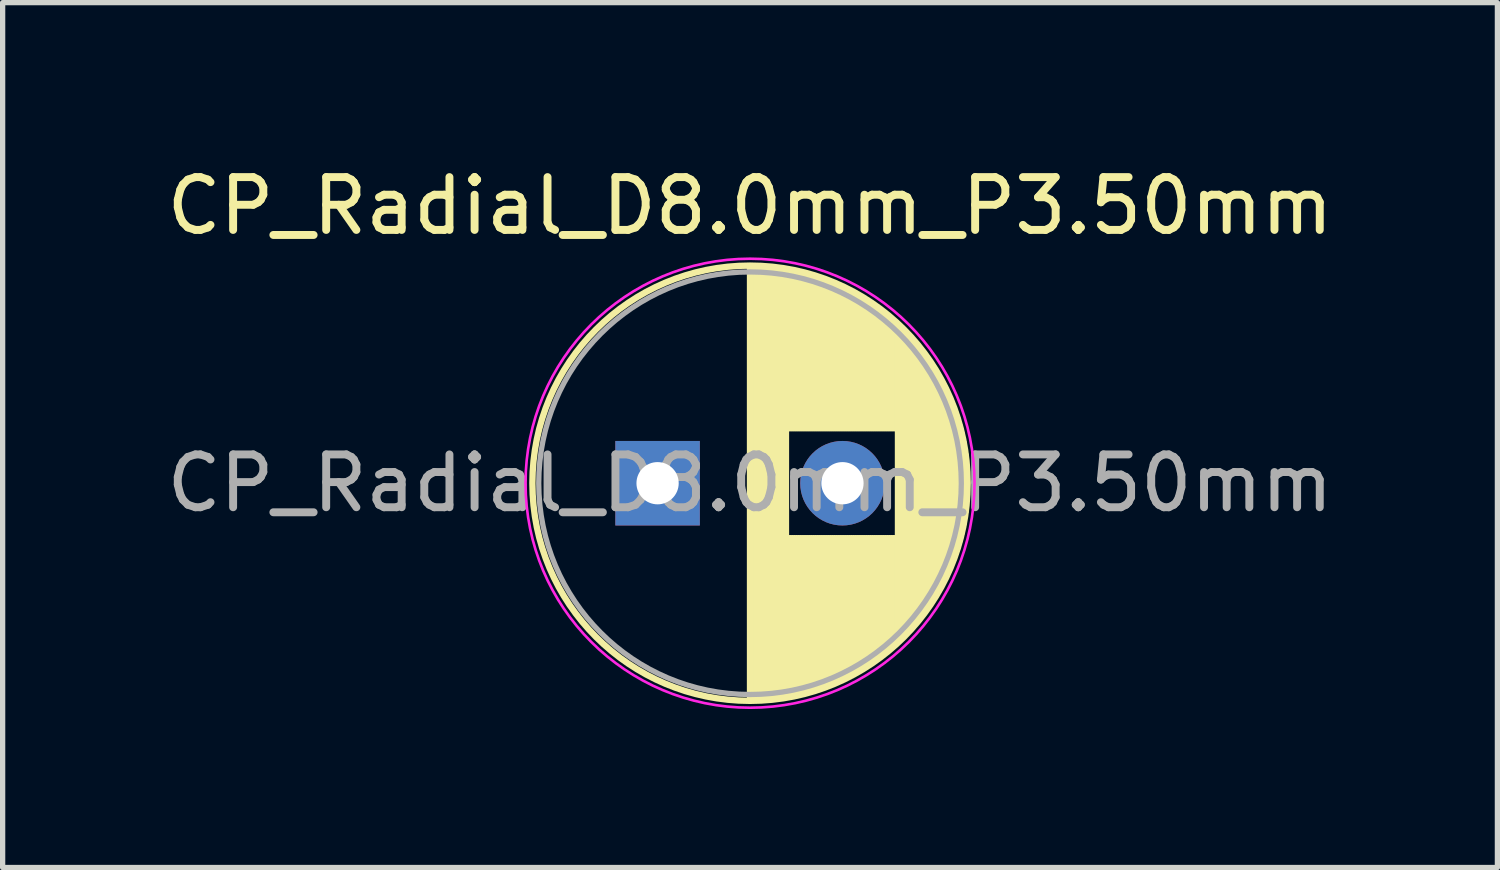
<source format=kicad_pcb>
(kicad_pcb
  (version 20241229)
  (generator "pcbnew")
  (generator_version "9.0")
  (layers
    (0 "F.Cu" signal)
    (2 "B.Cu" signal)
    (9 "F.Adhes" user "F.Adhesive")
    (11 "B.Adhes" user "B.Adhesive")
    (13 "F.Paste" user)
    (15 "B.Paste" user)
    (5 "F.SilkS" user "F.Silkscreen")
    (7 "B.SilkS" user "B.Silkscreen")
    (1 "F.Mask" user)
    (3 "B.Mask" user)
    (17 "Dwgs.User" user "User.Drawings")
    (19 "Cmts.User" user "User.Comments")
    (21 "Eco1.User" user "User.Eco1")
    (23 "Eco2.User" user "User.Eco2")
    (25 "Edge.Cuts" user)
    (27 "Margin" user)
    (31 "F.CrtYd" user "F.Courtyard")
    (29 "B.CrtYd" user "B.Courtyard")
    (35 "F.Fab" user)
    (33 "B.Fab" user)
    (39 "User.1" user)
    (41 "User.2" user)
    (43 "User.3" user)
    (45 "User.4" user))
  (footprint "CP_Radial_D8.0mm_P3.50mm"
    (layer "F.Cu")
    (at 9.399 6.098)
    (property "Reference" "CP_Radial_D8.0mm_P3.50mm" (at 1.75 -5.25 0) (layer "F.SilkS") (effects (font (size 1 1) (thickness 0.15))))
    (attr through_hole)
    (fp_line (start 1.75 -4.08) (end 1.75 4.08) (stroke (width 0.12) (type solid)) (layer "F.SilkS"))
    (fp_line (start 1.79 -4.08) (end 1.79 4.08) (stroke (width 0.12) (type solid)) (layer "F.SilkS"))
    (fp_line (start 1.83 -4.08) (end 1.83 4.08) (stroke (width 0.12) (type solid)) (layer "F.SilkS"))
    (fp_line (start 1.87 -4.079) (end 1.87 4.079) (stroke (width 0.12) (type solid)) (layer "F.SilkS"))
    (fp_line (start 1.91 -4.077) (end 1.91 4.077) (stroke (width 0.12) (type solid)) (layer "F.SilkS"))
    (fp_line (start 1.95 -4.076) (end 1.95 4.076) (stroke (width 0.12) (type solid)) (layer "F.SilkS"))
    (fp_line (start 1.99 -4.074) (end 1.99 4.074) (stroke (width 0.12) (type solid)) (layer "F.SilkS"))
    (fp_line (start 2.03 -4.071) (end 2.03 4.071) (stroke (width 0.12) (type solid)) (layer "F.SilkS"))
    (fp_line (start 2.07 -4.068) (end 2.07 4.068) (stroke (width 0.12) (type solid)) (layer "F.SilkS"))
    (fp_line (start 2.11 -4.065) (end 2.11 4.065) (stroke (width 0.12) (type solid)) (layer "F.SilkS"))
    (fp_line (start 2.15 -4.061) (end 2.15 4.061) (stroke (width 0.12) (type solid)) (layer "F.SilkS"))
    (fp_line (start 2.19 -4.057) (end 2.19 4.057) (stroke (width 0.12) (type solid)) (layer "F.SilkS"))
    (fp_line (start 2.23 -4.052) (end 2.23 4.052) (stroke (width 0.12) (type solid)) (layer "F.SilkS"))
    (fp_line (start 2.27 -4.048) (end 2.27 4.048) (stroke (width 0.12) (type solid)) (layer "F.SilkS"))
    (fp_line (start 2.31 -4.042) (end 2.31 4.042) (stroke (width 0.12) (type solid)) (layer "F.SilkS"))
    (fp_line (start 2.35 -4.037) (end 2.35 4.037) (stroke (width 0.12) (type solid)) (layer "F.SilkS"))
    (fp_line (start 2.39 -4.03) (end 2.39 4.03) (stroke (width 0.12) (type solid)) (layer "F.SilkS"))
    (fp_line (start 2.43 -4.024) (end 2.43 4.024) (stroke (width 0.12) (type solid)) (layer "F.SilkS"))
    (fp_line (start 2.471 -4.017) (end 2.471 -1.04) (stroke (width 0.12) (type solid)) (layer "F.SilkS"))
    (fp_line (start 2.471 1.04) (end 2.471 4.017) (stroke (width 0.12) (type solid)) (layer "F.SilkS"))
    (fp_line (start 2.511 -4.01) (end 2.511 -1.04) (stroke (width 0.12) (type solid)) (layer "F.SilkS"))
    (fp_line (start 2.511 1.04) (end 2.511 4.01) (stroke (width 0.12) (type solid)) (layer "F.SilkS"))
    (fp_line (start 2.551 -4.002) (end 2.551 -1.04) (stroke (width 0.12) (type solid)) (layer "F.SilkS"))
    (fp_line (start 2.551 1.04) (end 2.551 4.002) (stroke (width 0.12) (type solid)) (layer "F.SilkS"))
    (fp_line (start 2.591 -3.994) (end 2.591 -1.04) (stroke (width 0.12) (type solid)) (layer "F.SilkS"))
    (fp_line (start 2.591 1.04) (end 2.591 3.994) (stroke (width 0.12) (type solid)) (layer "F.SilkS"))
    (fp_line (start 2.631 -3.985) (end 2.631 -1.04) (stroke (width 0.12) (type solid)) (layer "F.SilkS"))
    (fp_line (start 2.631 1.04) (end 2.631 3.985) (stroke (width 0.12) (type solid)) (layer "F.SilkS"))
    (fp_line (start 2.671 -3.976) (end 2.671 -1.04) (stroke (width 0.12) (type solid)) (layer "F.SilkS"))
    (fp_line (start 2.671 1.04) (end 2.671 3.976) (stroke (width 0.12) (type solid)) (layer "F.SilkS"))
    (fp_line (start 2.711 -3.967) (end 2.711 -1.04) (stroke (width 0.12) (type solid)) (layer "F.SilkS"))
    (fp_line (start 2.711 1.04) (end 2.711 3.967) (stroke (width 0.12) (type solid)) (layer "F.SilkS"))
    (fp_line (start 2.751 -3.957) (end 2.751 -1.04) (stroke (width 0.12) (type solid)) (layer "F.SilkS"))
    (fp_line (start 2.751 1.04) (end 2.751 3.957) (stroke (width 0.12) (type solid)) (layer "F.SilkS"))
    (fp_line (start 2.791 -3.947) (end 2.791 -1.04) (stroke (width 0.12) (type solid)) (layer "F.SilkS"))
    (fp_line (start 2.791 1.04) (end 2.791 3.947) (stroke (width 0.12) (type solid)) (layer "F.SilkS"))
    (fp_line (start 2.831 -3.936) (end 2.831 -1.04) (stroke (width 0.12) (type solid)) (layer "F.SilkS"))
    (fp_line (start 2.831 1.04) (end 2.831 3.936) (stroke (width 0.12) (type solid)) (layer "F.SilkS"))
    (fp_line (start 2.871 -3.925) (end 2.871 -1.04) (stroke (width 0.12) (type solid)) (layer "F.SilkS"))
    (fp_line (start 2.871 1.04) (end 2.871 3.925) (stroke (width 0.12) (type solid)) (layer "F.SilkS"))
    (fp_line (start 2.911 -3.914) (end 2.911 -1.04) (stroke (width 0.12) (type solid)) (layer "F.SilkS"))
    (fp_line (start 2.911 1.04) (end 2.911 3.914) (stroke (width 0.12) (type solid)) (layer "F.SilkS"))
    (fp_line (start 2.951 -3.902) (end 2.951 -1.04) (stroke (width 0.12) (type solid)) (layer "F.SilkS"))
    (fp_line (start 2.951 1.04) (end 2.951 3.902) (stroke (width 0.12) (type solid)) (layer "F.SilkS"))
    (fp_line (start 2.991 -3.889) (end 2.991 -1.04) (stroke (width 0.12) (type solid)) (layer "F.SilkS"))
    (fp_line (start 2.991 1.04) (end 2.991 3.889) (stroke (width 0.12) (type solid)) (layer "F.SilkS"))
    (fp_line (start 3.031 -3.877) (end 3.031 -1.04) (stroke (width 0.12) (type solid)) (layer "F.SilkS"))
    (fp_line (start 3.031 1.04) (end 3.031 3.877) (stroke (width 0.12) (type solid)) (layer "F.SilkS"))
    (fp_line (start 3.071 -3.863) (end 3.071 -1.04) (stroke (width 0.12) (type solid)) (layer "F.SilkS"))
    (fp_line (start 3.071 1.04) (end 3.071 3.863) (stroke (width 0.12) (type solid)) (layer "F.SilkS"))
    (fp_line (start 3.111 -3.85) (end 3.111 -1.04) (stroke (width 0.12) (type solid)) (layer "F.SilkS"))
    (fp_line (start 3.111 1.04) (end 3.111 3.85) (stroke (width 0.12) (type solid)) (layer "F.SilkS"))
    (fp_line (start 3.151 -3.835) (end 3.151 -1.04) (stroke (width 0.12) (type solid)) (layer "F.SilkS"))
    (fp_line (start 3.151 1.04) (end 3.151 3.835) (stroke (width 0.12) (type solid)) (layer "F.SilkS"))
    (fp_line (start 3.191 -3.821) (end 3.191 -1.04) (stroke (width 0.12) (type solid)) (layer "F.SilkS"))
    (fp_line (start 3.191 1.04) (end 3.191 3.821) (stroke (width 0.12) (type solid)) (layer "F.SilkS"))
    (fp_line (start 3.231 -3.805) (end 3.231 -1.04) (stroke (width 0.12) (type solid)) (layer "F.SilkS"))
    (fp_line (start 3.231 1.04) (end 3.231 3.805) (stroke (width 0.12) (type solid)) (layer "F.SilkS"))
    (fp_line (start 3.271 -3.79) (end 3.271 -1.04) (stroke (width 0.12) (type solid)) (layer "F.SilkS"))
    (fp_line (start 3.271 1.04) (end 3.271 3.79) (stroke (width 0.12) (type solid)) (layer "F.SilkS"))
    (fp_line (start 3.311 -3.774) (end 3.311 -1.04) (stroke (width 0.12) (type solid)) (layer "F.SilkS"))
    (fp_line (start 3.311 1.04) (end 3.311 3.774) (stroke (width 0.12) (type solid)) (layer "F.SilkS"))
    (fp_line (start 3.351 -3.757) (end 3.351 -1.04) (stroke (width 0.12) (type solid)) (layer "F.SilkS"))
    (fp_line (start 3.351 1.04) (end 3.351 3.757) (stroke (width 0.12) (type solid)) (layer "F.SilkS"))
    (fp_line (start 3.391 -3.74) (end 3.391 -1.04) (stroke (width 0.12) (type solid)) (layer "F.SilkS"))
    (fp_line (start 3.391 1.04) (end 3.391 3.74) (stroke (width 0.12) (type solid)) (layer "F.SilkS"))
    (fp_line (start 3.431 -3.722) (end 3.431 -1.04) (stroke (width 0.12) (type solid)) (layer "F.SilkS"))
    (fp_line (start 3.431 1.04) (end 3.431 3.722) (stroke (width 0.12) (type solid)) (layer "F.SilkS"))
    (fp_line (start 3.471 -3.704) (end 3.471 -1.04) (stroke (width 0.12) (type solid)) (layer "F.SilkS"))
    (fp_line (start 3.471 1.04) (end 3.471 3.704) (stroke (width 0.12) (type solid)) (layer "F.SilkS"))
    (fp_line (start 3.511 -3.686) (end 3.511 -1.04) (stroke (width 0.12) (type solid)) (layer "F.SilkS"))
    (fp_line (start 3.511 1.04) (end 3.511 3.686) (stroke (width 0.12) (type solid)) (layer "F.SilkS"))
    (fp_line (start 3.551 -3.666) (end 3.551 -1.04) (stroke (width 0.12) (type solid)) (layer "F.SilkS"))
    (fp_line (start 3.551 1.04) (end 3.551 3.666) (stroke (width 0.12) (type solid)) (layer "F.SilkS"))
    (fp_line (start 3.591 -3.647) (end 3.591 -1.04) (stroke (width 0.12) (type solid)) (layer "F.SilkS"))
    (fp_line (start 3.591 1.04) (end 3.591 3.647) (stroke (width 0.12) (type solid)) (layer "F.SilkS"))
    (fp_line (start 3.631 -3.627) (end 3.631 -1.04) (stroke (width 0.12) (type solid)) (layer "F.SilkS"))
    (fp_line (start 3.631 1.04) (end 3.631 3.627) (stroke (width 0.12) (type solid)) (layer "F.SilkS"))
    (fp_line (start 3.671 -3.606) (end 3.671 -1.04) (stroke (width 0.12) (type solid)) (layer "F.SilkS"))
    (fp_line (start 3.671 1.04) (end 3.671 3.606) (stroke (width 0.12) (type solid)) (layer "F.SilkS"))
    (fp_line (start 3.711 -3.584) (end 3.711 -1.04) (stroke (width 0.12) (type solid)) (layer "F.SilkS"))
    (fp_line (start 3.711 1.04) (end 3.711 3.584) (stroke (width 0.12) (type solid)) (layer "F.SilkS"))
    (fp_line (start 3.751 -3.562) (end 3.751 -1.04) (stroke (width 0.12) (type solid)) (layer "F.SilkS"))
    (fp_line (start 3.751 1.04) (end 3.751 3.562) (stroke (width 0.12) (type solid)) (layer "F.SilkS"))
    (fp_line (start 3.791 -3.54) (end 3.791 -1.04) (stroke (width 0.12) (type solid)) (layer "F.SilkS"))
    (fp_line (start 3.791 1.04) (end 3.791 3.54) (stroke (width 0.12) (type solid)) (layer "F.SilkS"))
    (fp_line (start 3.831 -3.517) (end 3.831 -1.04) (stroke (width 0.12) (type solid)) (layer "F.SilkS"))
    (fp_line (start 3.831 1.04) (end 3.831 3.517) (stroke (width 0.12) (type solid)) (layer "F.SilkS"))
    (fp_line (start 3.871 -3.493) (end 3.871 -1.04) (stroke (width 0.12) (type solid)) (layer "F.SilkS"))
    (fp_line (start 3.871 1.04) (end 3.871 3.493) (stroke (width 0.12) (type solid)) (layer "F.SilkS"))
    (fp_line (start 3.911 -3.469) (end 3.911 -1.04) (stroke (width 0.12) (type solid)) (layer "F.SilkS"))
    (fp_line (start 3.911 1.04) (end 3.911 3.469) (stroke (width 0.12) (type solid)) (layer "F.SilkS"))
    (fp_line (start 3.951 -3.444) (end 3.951 -1.04) (stroke (width 0.12) (type solid)) (layer "F.SilkS"))
    (fp_line (start 3.951 1.04) (end 3.951 3.444) (stroke (width 0.12) (type solid)) (layer "F.SilkS"))
    (fp_line (start 3.991 -3.418) (end 3.991 -1.04) (stroke (width 0.12) (type solid)) (layer "F.SilkS"))
    (fp_line (start 3.991 1.04) (end 3.991 3.418) (stroke (width 0.12) (type solid)) (layer "F.SilkS"))
    (fp_line (start 4.031 -3.392) (end 4.031 -1.04) (stroke (width 0.12) (type solid)) (layer "F.SilkS"))
    (fp_line (start 4.031 1.04) (end 4.031 3.392) (stroke (width 0.12) (type solid)) (layer "F.SilkS"))
    (fp_line (start 4.071 -3.365) (end 4.071 -1.04) (stroke (width 0.12) (type solid)) (layer "F.SilkS"))
    (fp_line (start 4.071 1.04) (end 4.071 3.365) (stroke (width 0.12) (type solid)) (layer "F.SilkS"))
    (fp_line (start 4.111 -3.338) (end 4.111 -1.04) (stroke (width 0.12) (type solid)) (layer "F.SilkS"))
    (fp_line (start 4.111 1.04) (end 4.111 3.338) (stroke (width 0.12) (type solid)) (layer "F.SilkS"))
    (fp_line (start 4.151 -3.309) (end 4.151 -1.04) (stroke (width 0.12) (type solid)) (layer "F.SilkS"))
    (fp_line (start 4.151 1.04) (end 4.151 3.309) (stroke (width 0.12) (type solid)) (layer "F.SilkS"))
    (fp_line (start 4.191 -3.28) (end 4.191 -1.04) (stroke (width 0.12) (type solid)) (layer "F.SilkS"))
    (fp_line (start 4.191 1.04) (end 4.191 3.28) (stroke (width 0.12) (type solid)) (layer "F.SilkS"))
    (fp_line (start 4.231 -3.25) (end 4.231 -1.04) (stroke (width 0.12) (type solid)) (layer "F.SilkS"))
    (fp_line (start 4.231 1.04) (end 4.231 3.25) (stroke (width 0.12) (type solid)) (layer "F.SilkS"))
    (fp_line (start 4.271 -3.22) (end 4.271 -1.04) (stroke (width 0.12) (type solid)) (layer "F.SilkS"))
    (fp_line (start 4.271 1.04) (end 4.271 3.22) (stroke (width 0.12) (type solid)) (layer "F.SilkS"))
    (fp_line (start 4.311 -3.189) (end 4.311 -1.04) (stroke (width 0.12) (type solid)) (layer "F.SilkS"))
    (fp_line (start 4.311 1.04) (end 4.311 3.189) (stroke (width 0.12) (type solid)) (layer "F.SilkS"))
    (fp_line (start 4.351 -3.156) (end 4.351 -1.04) (stroke (width 0.12) (type solid)) (layer "F.SilkS"))
    (fp_line (start 4.351 1.04) (end 4.351 3.156) (stroke (width 0.12) (type solid)) (layer "F.SilkS"))
    (fp_line (start 4.391 -3.124) (end 4.391 -1.04) (stroke (width 0.12) (type solid)) (layer "F.SilkS"))
    (fp_line (start 4.391 1.04) (end 4.391 3.124) (stroke (width 0.12) (type solid)) (layer "F.SilkS"))
    (fp_line (start 4.431 -3.09) (end 4.431 -1.04) (stroke (width 0.12) (type solid)) (layer "F.SilkS"))
    (fp_line (start 4.431 1.04) (end 4.431 3.09) (stroke (width 0.12) (type solid)) (layer "F.SilkS"))
    (fp_line (start 4.471 -3.055) (end 4.471 -1.04) (stroke (width 0.12) (type solid)) (layer "F.SilkS"))
    (fp_line (start 4.471 1.04) (end 4.471 3.055) (stroke (width 0.12) (type solid)) (layer "F.SilkS"))
    (fp_line (start 4.511 -3.019) (end 4.511 -1.04) (stroke (width 0.12) (type solid)) (layer "F.SilkS"))
    (fp_line (start 4.511 1.04) (end 4.511 3.019) (stroke (width 0.12) (type solid)) (layer "F.SilkS"))
    (fp_line (start 4.551 -2.983) (end 4.551 2.983) (stroke (width 0.12) (type solid)) (layer "F.SilkS"))
    (fp_line (start 4.591 -2.945) (end 4.591 2.945) (stroke (width 0.12) (type solid)) (layer "F.SilkS"))
    (fp_line (start 4.631 -2.907) (end 4.631 2.907) (stroke (width 0.12) (type solid)) (layer "F.SilkS"))
    (fp_line (start 4.671 -2.867) (end 4.671 2.867) (stroke (width 0.12) (type solid)) (layer "F.SilkS"))
    (fp_line (start 4.711 -2.826) (end 4.711 2.826) (stroke (width 0.12) (type solid)) (layer "F.SilkS"))
    (fp_line (start 4.751 -2.784) (end 4.751 2.784) (stroke (width 0.12) (type solid)) (layer "F.SilkS"))
    (fp_line (start 4.791 -2.741) (end 4.791 2.741) (stroke (width 0.12) (type solid)) (layer "F.SilkS"))
    (fp_line (start 4.831 -2.697) (end 4.831 2.697) (stroke (width 0.12) (type solid)) (layer "F.SilkS"))
    (fp_line (start 4.871 -2.651) (end 4.871 2.651) (stroke (width 0.12) (type solid)) (layer "F.SilkS"))
    (fp_line (start 4.911 -2.604) (end 4.911 2.604) (stroke (width 0.12) (type solid)) (layer "F.SilkS"))
    (fp_line (start 4.951 -2.556) (end 4.951 2.556) (stroke (width 0.12) (type solid)) (layer "F.SilkS"))
    (fp_line (start 4.991 -2.505) (end 4.991 2.505) (stroke (width 0.12) (type solid)) (layer "F.SilkS"))
    (fp_line (start 5.031 -2.454) (end 5.031 2.454) (stroke (width 0.12) (type solid)) (layer "F.SilkS"))
    (fp_line (start 5.071 -2.4) (end 5.071 2.4) (stroke (width 0.12) (type solid)) (layer "F.SilkS"))
    (fp_line (start 5.111 -2.345) (end 5.111 2.345) (stroke (width 0.12) (type solid)) (layer "F.SilkS"))
    (fp_line (start 5.151 -2.287) (end 5.151 2.287) (stroke (width 0.12) (type solid)) (layer "F.SilkS"))
    (fp_line (start 5.191 -2.228) (end 5.191 2.228) (stroke (width 0.12) (type solid)) (layer "F.SilkS"))
    (fp_line (start 5.231 -2.166) (end 5.231 2.166) (stroke (width 0.12) (type solid)) (layer "F.SilkS"))
    (fp_line (start 5.271 -2.102) (end 5.271 2.102) (stroke (width 0.12) (type solid)) (layer "F.SilkS"))
    (fp_line (start 5.311 -2.034) (end 5.311 2.034) (stroke (width 0.12) (type solid)) (layer "F.SilkS"))
    (fp_line (start 5.351 -1.964) (end 5.351 1.964) (stroke (width 0.12) (type solid)) (layer "F.SilkS"))
    (fp_line (start 5.391 -1.89) (end 5.391 1.89) (stroke (width 0.12) (type solid)) (layer "F.SilkS"))
    (fp_line (start 5.431 -1.813) (end 5.431 1.813) (stroke (width 0.12) (type solid)) (layer "F.SilkS"))
    (fp_line (start 5.471 -1.731) (end 5.471 1.731) (stroke (width 0.12) (type solid)) (layer "F.SilkS"))
    (fp_line (start 5.511 -1.645) (end 5.511 1.645) (stroke (width 0.12) (type solid)) (layer "F.SilkS"))
    (fp_line (start 5.551 -1.552) (end 5.551 1.552) (stroke (width 0.12) (type solid)) (layer "F.SilkS"))
    (fp_line (start 5.591 -1.453) (end 5.591 1.453) (stroke (width 0.12) (type solid)) (layer "F.SilkS"))
    (fp_line (start 5.631 -1.346) (end 5.631 1.346) (stroke (width 0.12) (type solid)) (layer "F.SilkS"))
    (fp_line (start 5.671 -1.229) (end 5.671 1.229) (stroke (width 0.12) (type solid)) (layer "F.SilkS"))
    (fp_line (start 5.711 -1.098) (end 5.711 1.098) (stroke (width 0.12) (type solid)) (layer "F.SilkS"))
    (fp_line (start 5.751 -0.948) (end 5.751 0.948) (stroke (width 0.12) (type solid)) (layer "F.SilkS"))
    (fp_line (start 5.791 -0.768) (end 5.791 0.768) (stroke (width 0.12) (type solid)) (layer "F.SilkS"))
    (fp_line (start 5.831 -0.533) (end 5.831 0.533) (stroke (width 0.12) (type solid)) (layer "F.SilkS"))
    (fp_circle (center 1.75 0) (end 5.87 0) (stroke (width 0.12) (type solid)) (fill no) (layer "F.SilkS"))
    (fp_circle (center 1.75 0) (end 6 0) (stroke (width 0.05) (type solid)) (fill no) (layer "F.CrtYd"))
    (fp_circle (center 1.75 0) (end 5.75 0) (stroke (width 0.1) (type solid)) (fill no) (layer "F.Fab"))
    (fp_text user "${REFERENCE}" (at 1.75 0 0) (layer "F.Fab") (effects (font (size 1 1) (thickness 0.15))))
    (pad "1" thru_hole rect (at 0 0) (size 1.6 1.6) (drill 0.8) (layers "*.Cu" "*.Mask"))
    (pad "2" thru_hole circle (at 3.5 0) (size 1.6 1.6) (drill 0.8) (layers "*.Cu" "*.Mask")))
  (gr_rect
    (start -3 -3)
    (end 25.298 13.373)
    (stroke (width 0.1) (type default))
    (fill no)
    (layer "Edge.Cuts")))
</source>
